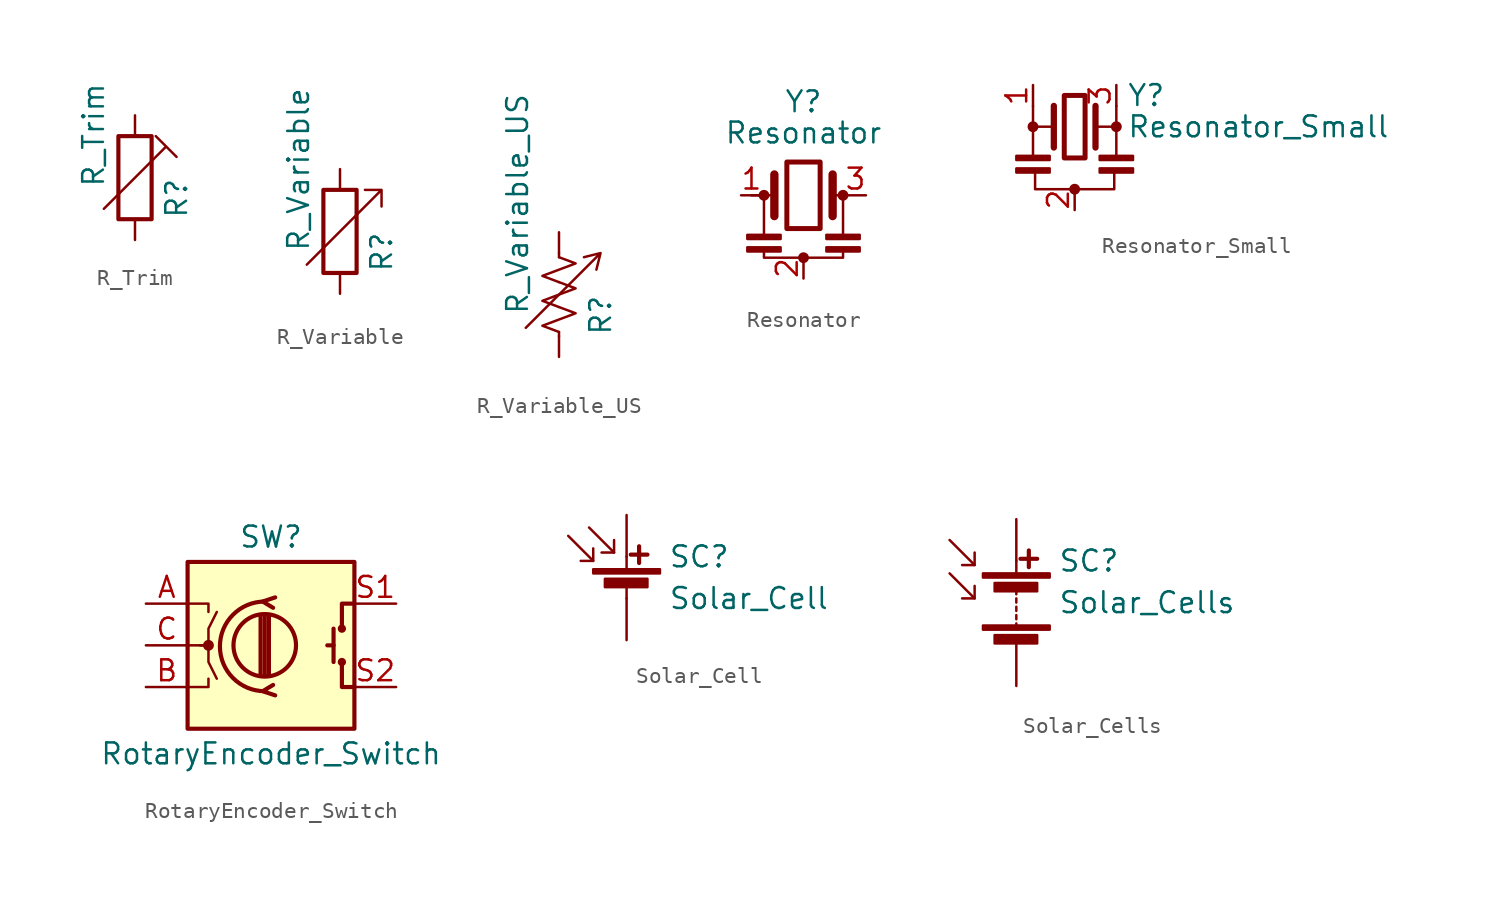
<source format=kicad_sym>
(kicad_symbol_lib
  (version 20241209)
  (generator "kicad_symbol_editor")
  (generator_version "9.0")
  (symbol "R_Trim"
    (pin_numbers
      (hide yes))
    (pin_names
      (offset 0))
    (property "Reference" "R"
      (at 2.54 -2.54 90)
      (effects (font (size 1.27 1.27)) (justify left)))
    (property "Value" "R_Trim"
      (at -2.54 -0.635 90)
      (effects (font (size 1.27 1.27)) (justify left)))
    (symbol "R_Trim_0_1"
      (polyline (pts (xy -1.905 -1.905) (xy 1.905 1.905) (xy 2.54 1.27) (xy 1.27 2.54)) (stroke (width 0) (type default)) (fill (type none)))
      (rectangle (start -1.016 -2.54) (end 1.016 2.54) (stroke (width 0.254) (type default)) (fill (type none))))
    (symbol "R_Trim_1_1"
      (pin passive line (at 0 3.81 270) (length 1.27) (name "~" (effects (font (size 1.27 1.27)))) (number "1" (effects (font (size 1.27 1.27)))))
      (pin passive line (at 0 -3.81 90) (length 1.27) (name "~" (effects (font (size 1.27 1.27)))) (number "2" (effects (font (size 1.27 1.27)))))))
  (symbol "R_Variable"
    (pin_numbers
      (hide yes))
    (pin_names
      (offset 0))
    (property "Reference" "R"
      (at 2.54 -2.54 90)
      (effects (font (size 1.27 1.27)) (justify left)))
    (property "Value" "R_Variable"
      (at -2.54 -1.27 90)
      (effects (font (size 1.27 1.27)) (justify left)))
    (symbol "R_Variable_0_1"
      (rectangle (start -1.016 -2.54) (end 1.016 2.54) (stroke (width 0.254) (type default)) (fill (type none)))
      (polyline (pts (xy 2.54 1.524) (xy 2.54 2.54) (xy 1.524 2.54) (xy 2.54 2.54) (xy -2.032 -2.032)) (stroke (width 0) (type default)) (fill (type none))))
    (symbol "R_Variable_1_1"
      (pin passive line (at 0 3.81 270) (length 1.27) (name "~" (effects (font (size 1.27 1.27)))) (number "1" (effects (font (size 1.27 1.27)))))
      (pin passive line (at 0 -3.81 90) (length 1.27) (name "~" (effects (font (size 1.27 1.27)))) (number "2" (effects (font (size 1.27 1.27)))))))
  (symbol "R_Variable_US"
    (pin_numbers
      (hide yes))
    (pin_names
      (offset 0))
    (property "Reference" "R"
      (at 2.54 -2.54 90)
      (effects (font (size 1.27 1.27)) (justify left)))
    (property "Value" "R_Variable_US"
      (at -2.54 -1.27 90)
      (effects (font (size 1.27 1.27)) (justify left)))
    (symbol "R_Variable_US_0_1"
      (polyline (pts (xy 0 2.286) (xy 0 2.54)) (stroke (width 0) (type default)) (fill (type none)))
      (polyline (pts (xy 0 2.286) (xy 1.016 1.905) (xy 0 1.524) (xy -1.016 1.143) (xy 0 0.762)) (stroke (width 0.152) (type default)) (fill (type none)))
      (polyline (pts (xy 0 0.762) (xy 1.016 0.381) (xy 0 0) (xy -1.016 -0.381) (xy 0 -0.762)) (stroke (width 0) (type default)) (fill (type none)))
      (polyline (pts (xy 0 -0.762) (xy 1.016 -1.143) (xy 0 -1.524) (xy -1.016 -1.905) (xy 0 -2.286)) (stroke (width 0) (type default)) (fill (type none)))
      (polyline (pts (xy 0 -2.286) (xy 0 -2.54)) (stroke (width 0) (type default)) (fill (type none)))
      (polyline (pts (xy 2.286 1.524) (xy 2.54 2.54) (xy 1.524 2.286) (xy 2.54 2.54) (xy -2.032 -2.032)) (stroke (width 0.152) (type default)) (fill (type none))))
    (symbol "R_Variable_US_1_1"
      (pin passive line (at 0 3.81 270) (length 1.27) (name "~" (effects (font (size 1.27 1.27)))) (number "1" (effects (font (size 1.27 1.27)))))
      (pin passive line (at 0 -3.81 90) (length 1.27) (name "~" (effects (font (size 1.27 1.27)))) (number "2" (effects (font (size 1.27 1.27)))))))
  (symbol "Resonator"
    (pin_names
      (offset 1.016)
      (hide yes))
    (property "Reference" "Y"
      (at 0 5.715 0)
      (effects (font (size 1.27 1.27))))
    (property "Value" "Resonator"
      (at 0 3.81 0)
      (effects (font (size 1.27 1.27))))
    (symbol "Resonator_0_1"
      (rectangle (start -3.429 -2.413) (end -1.397 -2.667) (stroke (width 0) (type default)) (fill (type outline)))
      (rectangle (start -3.429 -3.175) (end -1.397 -3.429) (stroke (width 0) (type default)) (fill (type outline)))
      (circle (center -2.413 0) (radius 0.254) (stroke (width 0) (type default)) (fill (type outline)))
      (polyline (pts (xy -2.413 -2.413) (xy -2.413 0)) (stroke (width 0) (type default)) (fill (type none)))
      (polyline (pts (xy -1.905 0) (xy -3.175 0)) (stroke (width 0) (type default)) (fill (type none)))
      (polyline (pts (xy -1.778 -1.27) (xy -1.778 1.27)) (stroke (width 0.508) (type default)) (fill (type none)))
      (rectangle (start -1.016 2.032) (end 1.016 -2.032) (stroke (width 0.305) (type default)) (fill (type none)))
      (circle (center 0 -3.81) (radius 0.254) (stroke (width 0) (type default)) (fill (type outline)))
      (rectangle (start 1.397 -2.413) (end 3.429 -2.667) (stroke (width 0) (type default)) (fill (type outline)))
      (rectangle (start 1.397 -3.175) (end 3.429 -3.429) (stroke (width 0) (type default)) (fill (type outline)))
      (polyline (pts (xy 1.778 -1.27) (xy 1.778 1.27)) (stroke (width 0.508) (type default)) (fill (type none)))
      (polyline (pts (xy 1.905 0) (xy 2.54 0)) (stroke (width 0) (type default)) (fill (type none)))
      (polyline (pts (xy 2.413 0) (xy 2.413 -2.54)) (stroke (width 0) (type default)) (fill (type none)))
      (circle (center 2.413 0) (radius 0.254) (stroke (width 0) (type default)) (fill (type outline)))
      (polyline (pts (xy 2.413 -3.302) (xy 2.413 -3.81) (xy -2.413 -3.81) (xy -2.413 -3.302)) (stroke (width 0) (type default)) (fill (type none))))
    (symbol "Resonator_1_1"
      (pin passive line (at -3.81 0 0) (length 1.27) (name "1" (effects (font (size 1.27 1.27)))) (number "1" (effects (font (size 1.27 1.27)))))
      (pin passive line (at 0 -5.08 90) (length 1.27) (name "2" (effects (font (size 1.27 1.27)))) (number "2" (effects (font (size 1.27 1.27)))))
      (pin passive line (at 3.81 0 180) (length 1.27) (name "3" (effects (font (size 1.27 1.27)))) (number "3" (effects (font (size 1.27 1.27)))))))
  (symbol "Resonator_Small"
    (pin_names
      (offset 1.016)
      (hide yes))
    (property "Reference" "Y"
      (at 3.175 1.905 0)
      (effects (font (size 1.27 1.27)) (justify left)))
    (property "Value" "Resonator_Small"
      (at 3.175 0 0)
      (effects (font (size 1.27 1.27)) (justify left)))
    (symbol "Resonator_Small_0_1"
      (rectangle (start -3.556 -1.778) (end -1.524 -2.032) (stroke (width 0) (type default)) (fill (type outline)))
      (rectangle (start -3.556 -2.54) (end -1.524 -2.794) (stroke (width 0) (type default)) (fill (type outline)))
      (polyline (pts (xy -2.54 1.27) (xy -2.54 0)) (stroke (width 0) (type default)) (fill (type none)))
      (circle (center -2.54 0) (radius 0.254) (stroke (width 0) (type default)) (fill (type outline)))
      (polyline (pts (xy -2.54 0) (xy -1.397 0)) (stroke (width 0) (type default)) (fill (type none)))
      (polyline (pts (xy -2.54 -1.778) (xy -2.54 0)) (stroke (width 0) (type default)) (fill (type none)))
      (polyline (pts (xy -1.27 -1.27) (xy -1.27 1.27)) (stroke (width 0.381) (type default)) (fill (type none)))
      (rectangle (start -0.635 1.905) (end 0.635 -1.905) (stroke (width 0.305) (type default)) (fill (type none)))
      (circle (center 0 -3.81) (radius 0.254) (stroke (width 0) (type default)) (fill (type outline)))
      (polyline (pts (xy 1.27 0) (xy 2.54 0)) (stroke (width 0) (type default)) (fill (type none)))
      (polyline (pts (xy 1.27 -1.27) (xy 1.27 1.27)) (stroke (width 0.381) (type default)) (fill (type none)))
      (rectangle (start 1.524 -1.778) (end 3.556 -2.032) (stroke (width 0) (type default)) (fill (type outline)))
      (rectangle (start 1.524 -2.54) (end 3.556 -2.794) (stroke (width 0) (type default)) (fill (type outline)))
      (polyline (pts (xy 2.413 -2.794) (xy 2.413 -3.81) (xy -2.413 -3.81) (xy -2.413 -2.667)) (stroke (width 0) (type default)) (fill (type none)))
      (polyline (pts (xy 2.54 1.27) (xy 2.54 0)) (stroke (width 0) (type default)) (fill (type none)))
      (polyline (pts (xy 2.54 0) (xy 2.54 -1.778)) (stroke (width 0) (type default)) (fill (type none)))
      (circle (center 2.54 0) (radius 0.254) (stroke (width 0) (type default)) (fill (type outline))))
    (symbol "Resonator_Small_1_1"
      (pin passive line (at -2.54 2.54 270) (length 1.27) (name "1" (effects (font (size 1.27 1.27)))) (number "1" (effects (font (size 1.27 1.27)))))
      (pin passive line (at 0 -5.08 90) (length 1.27) (name "2" (effects (font (size 1.27 1.27)))) (number "2" (effects (font (size 1.27 1.27)))))
      (pin passive line (at 2.54 2.54 270) (length 1.27) (name "3" (effects (font (size 1.27 1.27)))) (number "3" (effects (font (size 1.27 1.27)))))))
  (symbol "RotaryEncoder_Switch"
    (pin_names
      (offset 0.254)
      (hide yes))
    (property "Reference" "SW"
      (at 0 6.604 0)
      (effects (font (size 1.27 1.27))))
    (property "Value" "RotaryEncoder_Switch"
      (at 0 -6.604 0)
      (effects (font (size 1.27 1.27))))
    (symbol "RotaryEncoder_Switch_0_1"
      (rectangle (start -5.08 5.08) (end 5.08 -5.08) (stroke (width 0.254) (type default)) (fill (type background)))
      (polyline (pts (xy -5.08 2.54) (xy -3.81 2.54) (xy -3.81 2.032)) (stroke (width 0) (type default)) (fill (type none)))
      (polyline (pts (xy -5.08 0) (xy -3.81 0) (xy -3.81 -1.016) (xy -3.302 -2.032)) (stroke (width 0) (type default)) (fill (type none)))
      (polyline (pts (xy -5.08 -2.54) (xy -3.81 -2.54) (xy -3.81 -2.032)) (stroke (width 0) (type default)) (fill (type none)))
      (polyline (pts (xy -4.318 0) (xy -3.81 0) (xy -3.81 1.016) (xy -3.302 2.032)) (stroke (width 0) (type default)) (fill (type none)))
      (circle (center -3.81 0) (radius 0.254) (stroke (width 0) (type default)) (fill (type outline)))
      (polyline (pts (xy -0.635 -1.778) (xy -0.635 1.778)) (stroke (width 0.254) (type default)) (fill (type none)))
      (circle (center -0.381 0) (radius 1.905) (stroke (width 0.254) (type default)) (fill (type none)))
      (polyline (pts (xy -0.381 -1.778) (xy -0.381 1.778)) (stroke (width 0.254) (type default)) (fill (type none)))
      (arc (start -0.381 -2.794) (mid -3.0988 -0.0635) (end -0.381 2.667) (stroke (width 0.254) (type default)) (fill (type none)))
      (polyline (pts (xy -0.127 1.778) (xy -0.127 -1.778)) (stroke (width 0.254) (type default)) (fill (type none)))
      (polyline (pts (xy 0.254 2.921) (xy -0.508 2.667) (xy 0.127 2.286)) (stroke (width 0.254) (type default)) (fill (type none)))
      (polyline (pts (xy 0.254 -3.048) (xy -0.508 -2.794) (xy 0.127 -2.413)) (stroke (width 0.254) (type default)) (fill (type none)))
      (polyline (pts (xy 3.81 1.016) (xy 3.81 -1.016)) (stroke (width 0.254) (type default)) (fill (type none)))
      (polyline (pts (xy 3.81 0) (xy 3.429 0)) (stroke (width 0.254) (type default)) (fill (type none)))
      (circle (center 4.318 1.016) (radius 0.127) (stroke (width 0.254) (type default)) (fill (type none)))
      (circle (center 4.318 -1.016) (radius 0.127) (stroke (width 0.254) (type default)) (fill (type none)))
      (polyline (pts (xy 5.08 2.54) (xy 4.318 2.54) (xy 4.318 1.016)) (stroke (width 0.254) (type default)) (fill (type none)))
      (polyline (pts (xy 5.08 -2.54) (xy 4.318 -2.54) (xy 4.318 -1.016)) (stroke (width 0.254) (type default)) (fill (type none))))
    (symbol "RotaryEncoder_Switch_1_1"
      (pin passive line (at -7.62 2.54 0) (length 2.54) (name "A" (effects (font (size 1.27 1.27)))) (number "A" (effects (font (size 1.27 1.27)))))
      (pin passive line (at -7.62 0 0) (length 2.54) (name "C" (effects (font (size 1.27 1.27)))) (number "C" (effects (font (size 1.27 1.27)))))
      (pin passive line (at -7.62 -2.54 0) (length 2.54) (name "B" (effects (font (size 1.27 1.27)))) (number "B" (effects (font (size 1.27 1.27)))))
      (pin passive line (at 7.62 2.54 180) (length 2.54) (name "S1" (effects (font (size 1.27 1.27)))) (number "S1" (effects (font (size 1.27 1.27)))))
      (pin passive line (at 7.62 -2.54 180) (length 2.54) (name "S2" (effects (font (size 1.27 1.27)))) (number "S2" (effects (font (size 1.27 1.27)))))))
  (symbol "Solar_Cell"
    (pin_numbers
      (hide yes))
    (pin_names
      (offset 0)
      (hide yes))
    (property "Reference" "SC"
      (at 2.54 2.54 0)
      (effects (font (size 1.27 1.27)) (justify left)))
    (property "Value" "Solar_Cell"
      (at 2.54 0 0)
      (effects (font (size 1.27 1.27)) (justify left)))
    (symbol "Solar_Cell_0_1"
      (polyline (pts (xy -2.032 3.048) (xy -2.032 2.286) (xy -2.794 2.286)) (stroke (width 0) (type default)) (fill (type none)))
      (polyline (pts (xy -2.032 2.286) (xy -3.556 3.81)) (stroke (width 0) (type default)) (fill (type none)))
      (rectangle (start -2.032 1.778) (end 2.032 1.524) (stroke (width 0) (type default)) (fill (type outline)))
      (rectangle (start -1.321 1.194) (end 1.27 0.686) (stroke (width 0) (type default)) (fill (type outline)))
      (polyline (pts (xy -0.762 3.556) (xy -0.762 2.794) (xy -1.524 2.794)) (stroke (width 0) (type default)) (fill (type none)))
      (polyline (pts (xy -0.762 2.794) (xy -2.286 4.318)) (stroke (width 0) (type default)) (fill (type none)))
      (polyline (pts (xy 0 1.778) (xy 0 2.54)) (stroke (width 0) (type default)) (fill (type none)))
      (polyline (pts (xy 0 0.762) (xy 0 0)) (stroke (width 0) (type default)) (fill (type none)))
      (polyline (pts (xy 0.254 2.667) (xy 1.27 2.667)) (stroke (width 0.254) (type default)) (fill (type none)))
      (polyline (pts (xy 0.762 3.175) (xy 0.762 2.159)) (stroke (width 0.254) (type default)) (fill (type none))))
    (symbol "Solar_Cell_1_1"
      (pin passive line (at 0 5.08 270) (length 2.54) (name "+" (effects (font (size 1.27 1.27)))) (number "1" (effects (font (size 1.27 1.27)))))
      (pin passive line (at 0 -2.54 90) (length 2.54) (name "-" (effects (font (size 1.27 1.27)))) (number "2" (effects (font (size 1.27 1.27)))))))
  (symbol "Solar_Cells"
    (pin_numbers
      (hide yes))
    (pin_names
      (offset 0)
      (hide yes))
    (property "Reference" "SC"
      (at 2.54 2.54 0)
      (effects (font (size 1.27 1.27)) (justify left)))
    (property "Value" "Solar_Cells"
      (at 2.54 0 0)
      (effects (font (size 1.27 1.27)) (justify left)))
    (symbol "Solar_Cells_0_1"
      (polyline (pts (xy -2.54 3.048) (xy -2.54 2.286) (xy -3.302 2.286)) (stroke (width 0) (type default)) (fill (type none)))
      (polyline (pts (xy -2.54 2.286) (xy -4.064 3.81)) (stroke (width 0) (type default)) (fill (type none)))
      (polyline (pts (xy -2.54 1.016) (xy -2.54 0.254) (xy -3.302 0.254)) (stroke (width 0) (type default)) (fill (type none)))
      (polyline (pts (xy -2.54 0.254) (xy -4.064 1.778)) (stroke (width 0) (type default)) (fill (type none)))
      (rectangle (start -2.032 1.778) (end 2.032 1.524) (stroke (width 0) (type default)) (fill (type outline)))
      (rectangle (start -2.032 -1.397) (end 2.032 -1.651) (stroke (width 0) (type default)) (fill (type outline)))
      (rectangle (start -1.321 1.194) (end 1.27 0.686) (stroke (width 0) (type default)) (fill (type outline)))
      (rectangle (start -1.321 -1.981) (end 1.27 -2.489) (stroke (width 0) (type default)) (fill (type outline)))
      (polyline (pts (xy 0 1.778) (xy 0 2.54)) (stroke (width 0) (type default)) (fill (type none)))
      (polyline (pts (xy 0 0.508) (xy 0 0.762)) (stroke (width 0) (type default)) (fill (type none)))
      (polyline (pts (xy 0 0) (xy 0 0.254)) (stroke (width 0) (type default)) (fill (type none)))
      (polyline (pts (xy 0 -0.508) (xy 0 -0.254)) (stroke (width 0) (type default)) (fill (type none)))
      (polyline (pts (xy 0 -1.016) (xy 0 -0.762)) (stroke (width 0) (type default)) (fill (type none)))
      (polyline (pts (xy 0 -1.524) (xy 0 -1.27)) (stroke (width 0) (type default)) (fill (type none)))
      (polyline (pts (xy 0.254 2.667) (xy 1.27 2.667)) (stroke (width 0.254) (type default)) (fill (type none)))
      (polyline (pts (xy 0.762 3.175) (xy 0.762 2.159)) (stroke (width 0.254) (type default)) (fill (type none))))
    (symbol "Solar_Cells_1_1"
      (pin passive line (at 0 5.08 270) (length 2.54) (name "+" (effects (font (size 1.27 1.27)))) (number "1" (effects (font (size 1.27 1.27)))))
      (pin passive line (at 0 -5.08 90) (length 2.54) (name "-" (effects (font (size 1.27 1.27)))) (number "2" (effects (font (size 1.27 1.27))))))))
</source>
